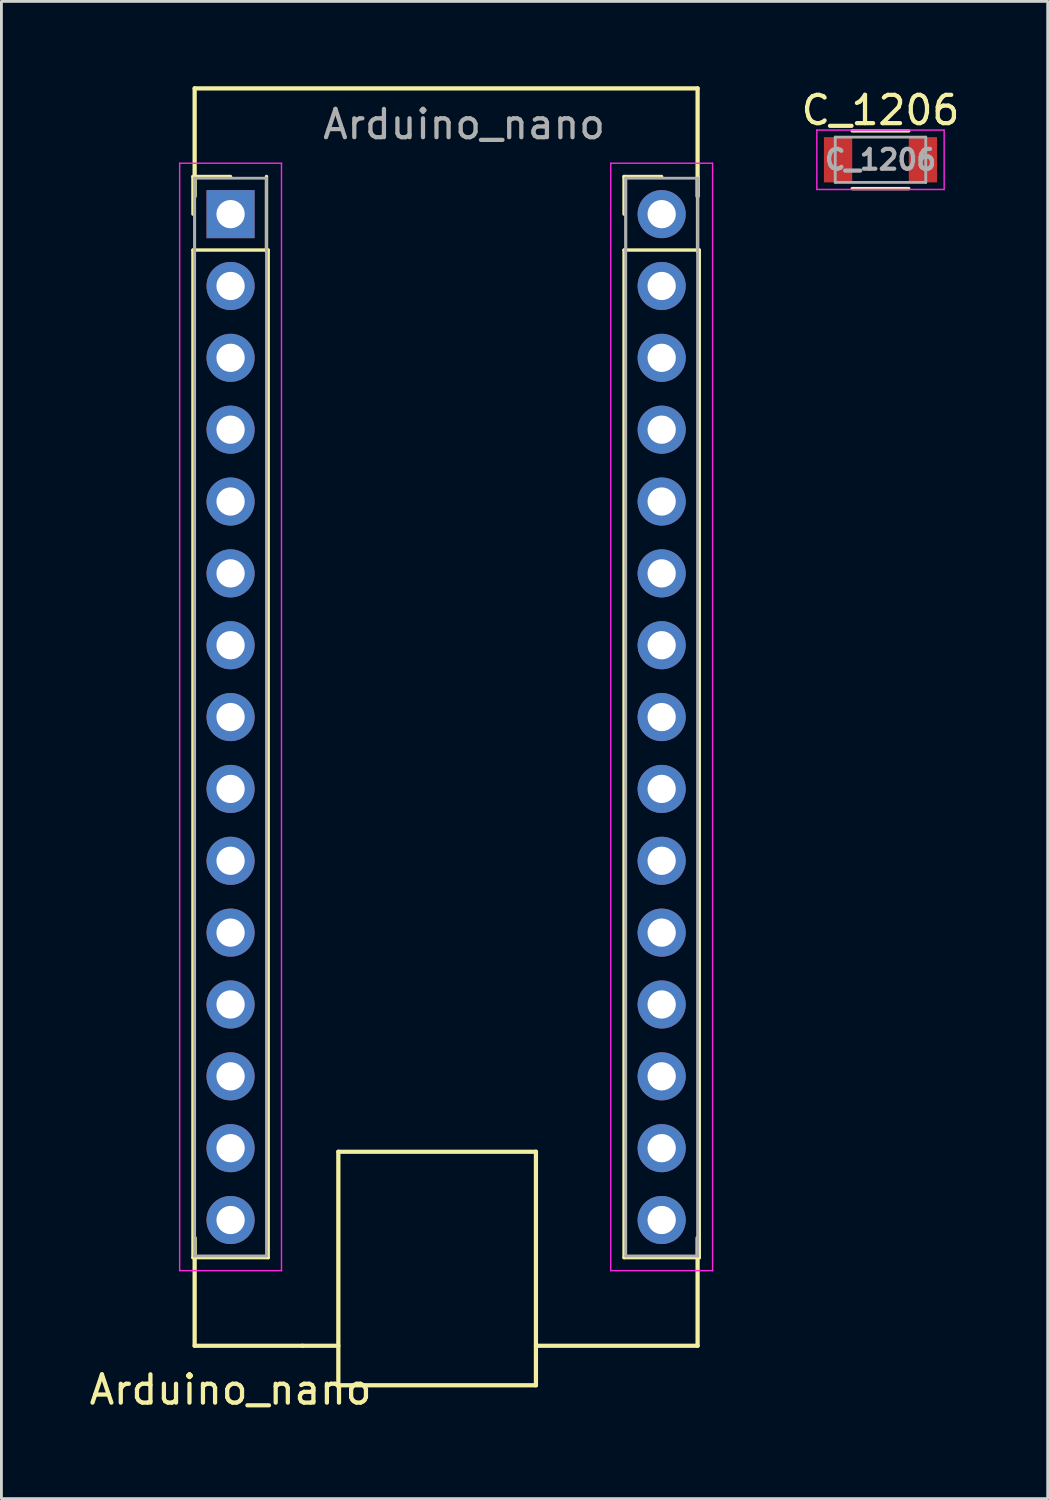
<source format=kicad_pcb>
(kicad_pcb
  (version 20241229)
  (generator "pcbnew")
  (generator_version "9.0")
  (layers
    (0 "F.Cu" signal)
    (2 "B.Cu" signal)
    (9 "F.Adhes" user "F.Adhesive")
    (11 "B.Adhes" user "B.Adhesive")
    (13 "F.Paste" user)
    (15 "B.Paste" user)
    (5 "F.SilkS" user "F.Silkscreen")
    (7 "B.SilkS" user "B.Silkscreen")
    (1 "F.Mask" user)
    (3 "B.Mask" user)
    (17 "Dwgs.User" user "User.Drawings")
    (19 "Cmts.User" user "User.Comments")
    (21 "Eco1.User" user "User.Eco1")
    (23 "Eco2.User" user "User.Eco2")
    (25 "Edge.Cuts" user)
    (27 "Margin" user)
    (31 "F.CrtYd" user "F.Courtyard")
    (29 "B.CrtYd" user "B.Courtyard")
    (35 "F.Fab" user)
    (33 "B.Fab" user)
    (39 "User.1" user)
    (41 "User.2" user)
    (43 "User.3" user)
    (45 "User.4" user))
  (footprint "Arduino_nano"
    (layer "F.Cu")
    (at 5.101 40.08)
    (property "Reference" "Arduino_nano" (at 0 6 180) (layer "F.SilkS") (effects (font (size 1 1) (thickness 0.15))))
    (attr through_hole)
    (fp_line (start -1.33 -36.89) (end 0 -36.89) (stroke (width 0.12) (type solid)) (layer "F.SilkS"))
    (fp_line (start -1.33 -35.56) (end -1.33 -36.89) (stroke (width 0.12) (type solid)) (layer "F.SilkS"))
    (fp_line (start -1.33 -34.29) (end -1.33 1.33) (stroke (width 0.12) (type solid)) (layer "F.SilkS"))
    (fp_line (start -1.33 1.33) (end 1.33 1.33) (stroke (width 0.12) (type solid)) (layer "F.SilkS"))
    (fp_line (start -1.27 -40.005) (end -1.27 -36.195) (stroke (width 0.15) (type solid)) (layer "F.SilkS"))
    (fp_line (start -1.27 0.635) (end -1.27 4.445) (stroke (width 0.15) (type solid)) (layer "F.SilkS"))
    (fp_line (start -1.27 4.445) (end 2.54 4.445) (stroke (width 0.15) (type solid)) (layer "F.SilkS"))
    (fp_line (start 1.27 -36.89) (end 1.27 -34.23) (stroke (width 0.12) (type solid)) (layer "F.SilkS"))
    (fp_line (start 1.33 -34.29) (end -1.33 -34.29) (stroke (width 0.12) (type solid)) (layer "F.SilkS"))
    (fp_line (start 1.33 1.33) (end 1.33 -34.29) (stroke (width 0.12) (type solid)) (layer "F.SilkS"))
    (fp_line (start 3.81 -2.413) (end 3.81 5.842) (stroke (width 0.15) (type solid)) (layer "F.SilkS"))
    (fp_line (start 3.81 4.445) (end 2.54 4.445) (stroke (width 0.15) (type solid)) (layer "F.SilkS"))
    (fp_line (start 3.81 5.842) (end 10.795 5.842) (stroke (width 0.15) (type solid)) (layer "F.SilkS"))
    (fp_line (start 10.795 -2.413) (end 3.81 -2.413) (stroke (width 0.15) (type solid)) (layer "F.SilkS"))
    (fp_line (start 10.795 5.842) (end 10.795 -2.413) (stroke (width 0.15) (type solid)) (layer "F.SilkS"))
    (fp_line (start 13.91 -36.89) (end 15.24 -36.89) (stroke (width 0.12) (type solid)) (layer "F.SilkS"))
    (fp_line (start 13.91 -35.56) (end 13.91 -36.89) (stroke (width 0.12) (type solid)) (layer "F.SilkS"))
    (fp_line (start 13.91 -34.29) (end 13.91 1.33) (stroke (width 0.12) (type solid)) (layer "F.SilkS"))
    (fp_line (start 13.91 1.33) (end 16.57 1.33) (stroke (width 0.12) (type solid)) (layer "F.SilkS"))
    (fp_line (start 16.51 -40.005) (end -1.27 -40.005) (stroke (width 0.15) (type solid)) (layer "F.SilkS"))
    (fp_line (start 16.51 -36.89) (end 16.51 -34.23) (stroke (width 0.12) (type solid)) (layer "F.SilkS"))
    (fp_line (start 16.51 -36.195) (end 16.51 -40.005) (stroke (width 0.15) (type solid)) (layer "F.SilkS"))
    (fp_line (start 16.51 0.635) (end 16.51 4.445) (stroke (width 0.15) (type solid)) (layer "F.SilkS"))
    (fp_line (start 16.51 4.445) (end 10.795 4.445) (stroke (width 0.15) (type solid)) (layer "F.SilkS"))
    (fp_line (start 16.57 -34.29) (end 13.91 -34.29) (stroke (width 0.12) (type solid)) (layer "F.SilkS"))
    (fp_line (start 16.57 1.33) (end 16.57 -34.29) (stroke (width 0.12) (type solid)) (layer "F.SilkS"))
    (fp_line (start -1.8 -37.36) (end -1.8 1.79) (stroke (width 0.05) (type solid)) (layer "F.CrtYd"))
    (fp_line (start -1.8 1.79) (end 1.8 1.79) (stroke (width 0.05) (type solid)) (layer "F.CrtYd"))
    (fp_line (start 1.8 -37.36) (end -1.8 -37.36) (stroke (width 0.05) (type solid)) (layer "F.CrtYd"))
    (fp_line (start 1.8 1.79) (end 1.8 -37.36) (stroke (width 0.05) (type solid)) (layer "F.CrtYd"))
    (fp_line (start 13.44 -37.36) (end 13.44 1.79) (stroke (width 0.05) (type solid)) (layer "F.CrtYd"))
    (fp_line (start 13.44 1.79) (end 17.04 1.79) (stroke (width 0.05) (type solid)) (layer "F.CrtYd"))
    (fp_line (start 17.04 -37.36) (end 13.44 -37.36) (stroke (width 0.05) (type solid)) (layer "F.CrtYd"))
    (fp_line (start 17.04 1.79) (end 17.04 -37.36) (stroke (width 0.05) (type solid)) (layer "F.CrtYd"))
    (fp_line (start -1.27 -36.83) (end -1.27 -34.29) (stroke (width 0.1) (type solid)) (layer "F.Fab"))
    (fp_line (start -1.27 -36.83) (end -1.27 1.27) (stroke (width 0.1) (type solid)) (layer "F.Fab"))
    (fp_line (start -1.27 1.27) (end 1.27 1.27) (stroke (width 0.1) (type solid)) (layer "F.Fab"))
    (fp_line (start 1.27 -36.83) (end -1.27 -36.83) (stroke (width 0.1) (type solid)) (layer "F.Fab"))
    (fp_line (start 1.27 1.27) (end 1.27 -36.83) (stroke (width 0.1) (type solid)) (layer "F.Fab"))
    (fp_line (start 13.97 -36.83) (end 13.97 -34.29) (stroke (width 0.1) (type solid)) (layer "F.Fab"))
    (fp_line (start 13.97 -36.83) (end 13.97 1.27) (stroke (width 0.1) (type solid)) (layer "F.Fab"))
    (fp_line (start 13.97 1.27) (end 16.51 1.27) (stroke (width 0.1) (type solid)) (layer "F.Fab"))
    (fp_line (start 16.51 -36.83) (end 13.97 -36.83) (stroke (width 0.1) (type solid)) (layer "F.Fab"))
    (fp_line (start 16.51 1.27) (end 16.51 -36.83) (stroke (width 0.1) (type solid)) (layer "F.Fab"))
    (fp_text user "${REFERENCE}" (at 8.255 -38.735 0) (layer "F.Fab") (effects (font (size 1 1) (thickness 0.15))))
    (pad "1" thru_hole rect (at 0 -35.56) (size 1.7 1.7) (drill 1) (layers "*.Cu" "*.Mask"))
    (pad "2" thru_hole oval (at 0 -33.02) (size 1.7 1.7) (drill 1) (layers "*.Cu" "*.Mask"))
    (pad "3" thru_hole oval (at 0 -30.48) (size 1.7 1.7) (drill 1) (layers "*.Cu" "*.Mask"))
    (pad "4" thru_hole oval (at 0 -27.94) (size 1.7 1.7) (drill 1) (layers "*.Cu" "*.Mask"))
    (pad "5" thru_hole oval (at 0 -25.4) (size 1.7 1.7) (drill 1) (layers "*.Cu" "*.Mask"))
    (pad "6" thru_hole oval (at 0 -22.86) (size 1.7 1.7) (drill 1) (layers "*.Cu" "*.Mask"))
    (pad "7" thru_hole oval (at 0 -20.32) (size 1.7 1.7) (drill 1) (layers "*.Cu" "*.Mask"))
    (pad "8" thru_hole oval (at 0 -17.78) (size 1.7 1.7) (drill 1) (layers "*.Cu" "*.Mask"))
    (pad "9" thru_hole oval (at 0 -15.24) (size 1.7 1.7) (drill 1) (layers "*.Cu" "*.Mask"))
    (pad "10" thru_hole oval (at 0 -12.7) (size 1.7 1.7) (drill 1) (layers "*.Cu" "*.Mask"))
    (pad "11" thru_hole oval (at 0 -10.16) (size 1.7 1.7) (drill 1) (layers "*.Cu" "*.Mask"))
    (pad "12" thru_hole oval (at 0 -7.62) (size 1.7 1.7) (drill 1) (layers "*.Cu" "*.Mask"))
    (pad "13" thru_hole oval (at 0 -5.08) (size 1.7 1.7) (drill 1) (layers "*.Cu" "*.Mask"))
    (pad "14" thru_hole oval (at 0 -2.54) (size 1.7 1.7) (drill 1) (layers "*.Cu" "*.Mask"))
    (pad "15" thru_hole oval (at 0 0) (size 1.7 1.7) (drill 1) (layers "*.Cu" "*.Mask"))
    (pad "16" thru_hole oval (at 15.24 0) (size 1.7 1.7) (drill 1) (layers "*.Cu" "*.Mask"))
    (pad "17" thru_hole oval (at 15.24 -2.54) (size 1.7 1.7) (drill 1) (layers "*.Cu" "*.Mask"))
    (pad "18" thru_hole oval (at 15.24 -5.08) (size 1.7 1.7) (drill 1) (layers "*.Cu" "*.Mask"))
    (pad "19" thru_hole oval (at 15.24 -7.62) (size 1.7 1.7) (drill 1) (layers "*.Cu" "*.Mask"))
    (pad "20" thru_hole oval (at 15.24 -10.16) (size 1.7 1.7) (drill 1) (layers "*.Cu" "*.Mask"))
    (pad "21" thru_hole oval (at 15.24 -12.7) (size 1.7 1.7) (drill 1) (layers "*.Cu" "*.Mask"))
    (pad "22" thru_hole oval (at 15.24 -15.24) (size 1.7 1.7) (drill 1) (layers "*.Cu" "*.Mask"))
    (pad "23" thru_hole oval (at 15.24 -17.78) (size 1.7 1.7) (drill 1) (layers "*.Cu" "*.Mask"))
    (pad "24" thru_hole oval (at 15.24 -20.32) (size 1.7 1.7) (drill 1) (layers "*.Cu" "*.Mask"))
    (pad "25" thru_hole oval (at 15.24 -22.86) (size 1.7 1.7) (drill 1) (layers "*.Cu" "*.Mask"))
    (pad "26" thru_hole oval (at 15.24 -25.4) (size 1.7 1.7) (drill 1) (layers "*.Cu" "*.Mask"))
    (pad "27" thru_hole oval (at 15.24 -27.94) (size 1.7 1.7) (drill 1) (layers "*.Cu" "*.Mask"))
    (pad "28" thru_hole oval (at 15.24 -30.48) (size 1.7 1.7) (drill 1) (layers "*.Cu" "*.Mask"))
    (pad "29" thru_hole oval (at 15.24 -33.02) (size 1.7 1.7) (drill 1) (layers "*.Cu" "*.Mask"))
    (pad "30" thru_hole oval (at 15.24 -35.56 90) (size 1.7 1.7) (drill 1) (layers "*.Cu" "*.Mask")))
  (footprint "C_1206"
    (layer "F.Cu")
    (at 28.077 2.598)
    (property "Reference" "C_1206" (at 0 -1.75 0) (layer "F.SilkS") (effects (font (size 1 1) (thickness 0.15))))
    (attr smd)
    (fp_line (start -1 1.02) (end 1 1.02) (stroke (width 0.12) (type solid)) (layer "F.SilkS"))
    (fp_line (start 1 -1.02) (end -1 -1.02) (stroke (width 0.12) (type solid)) (layer "F.SilkS"))
    (fp_line (start -2.25 -1.05) (end -2.25 1.05) (stroke (width 0.05) (type solid)) (layer "F.CrtYd"))
    (fp_line (start -2.25 -1.05) (end 2.25 -1.05) (stroke (width 0.05) (type solid)) (layer "F.CrtYd"))
    (fp_line (start 2.25 1.05) (end -2.25 1.05) (stroke (width 0.05) (type solid)) (layer "F.CrtYd"))
    (fp_line (start 2.25 1.05) (end 2.25 -1.05) (stroke (width 0.05) (type solid)) (layer "F.CrtYd"))
    (fp_line (start -1.6 -0.8) (end 1.6 -0.8) (stroke (width 0.1) (type solid)) (layer "F.Fab"))
    (fp_line (start -1.6 0.8) (end -1.6 -0.8) (stroke (width 0.1) (type solid)) (layer "F.Fab"))
    (fp_line (start 1.6 -0.8) (end 1.6 0.8) (stroke (width 0.1) (type solid)) (layer "F.Fab"))
    (fp_line (start 1.6 0.8) (end -1.6 0.8) (stroke (width 0.1) (type solid)) (layer "F.Fab"))
    (fp_text user "${REFERENCE}" (at 0 0 0) (layer "F.Fab") (effects (font (size 0.7 0.7) (thickness 0.15))))
    (pad "1" smd rect (at -1.5 0) (size 1 1.6) (layers "F.Cu" "F.Mask" "F.Paste"))
    (pad "2" smd rect (at 1.5 0) (size 1 1.6) (layers "F.Cu" "F.Mask" "F.Paste")))
  (gr_rect
    (start -3 -3)
    (end 33.988 49.928)
    (stroke (width 0.1) (type default))
    (fill no)
    (layer "Edge.Cuts")))
</source>
